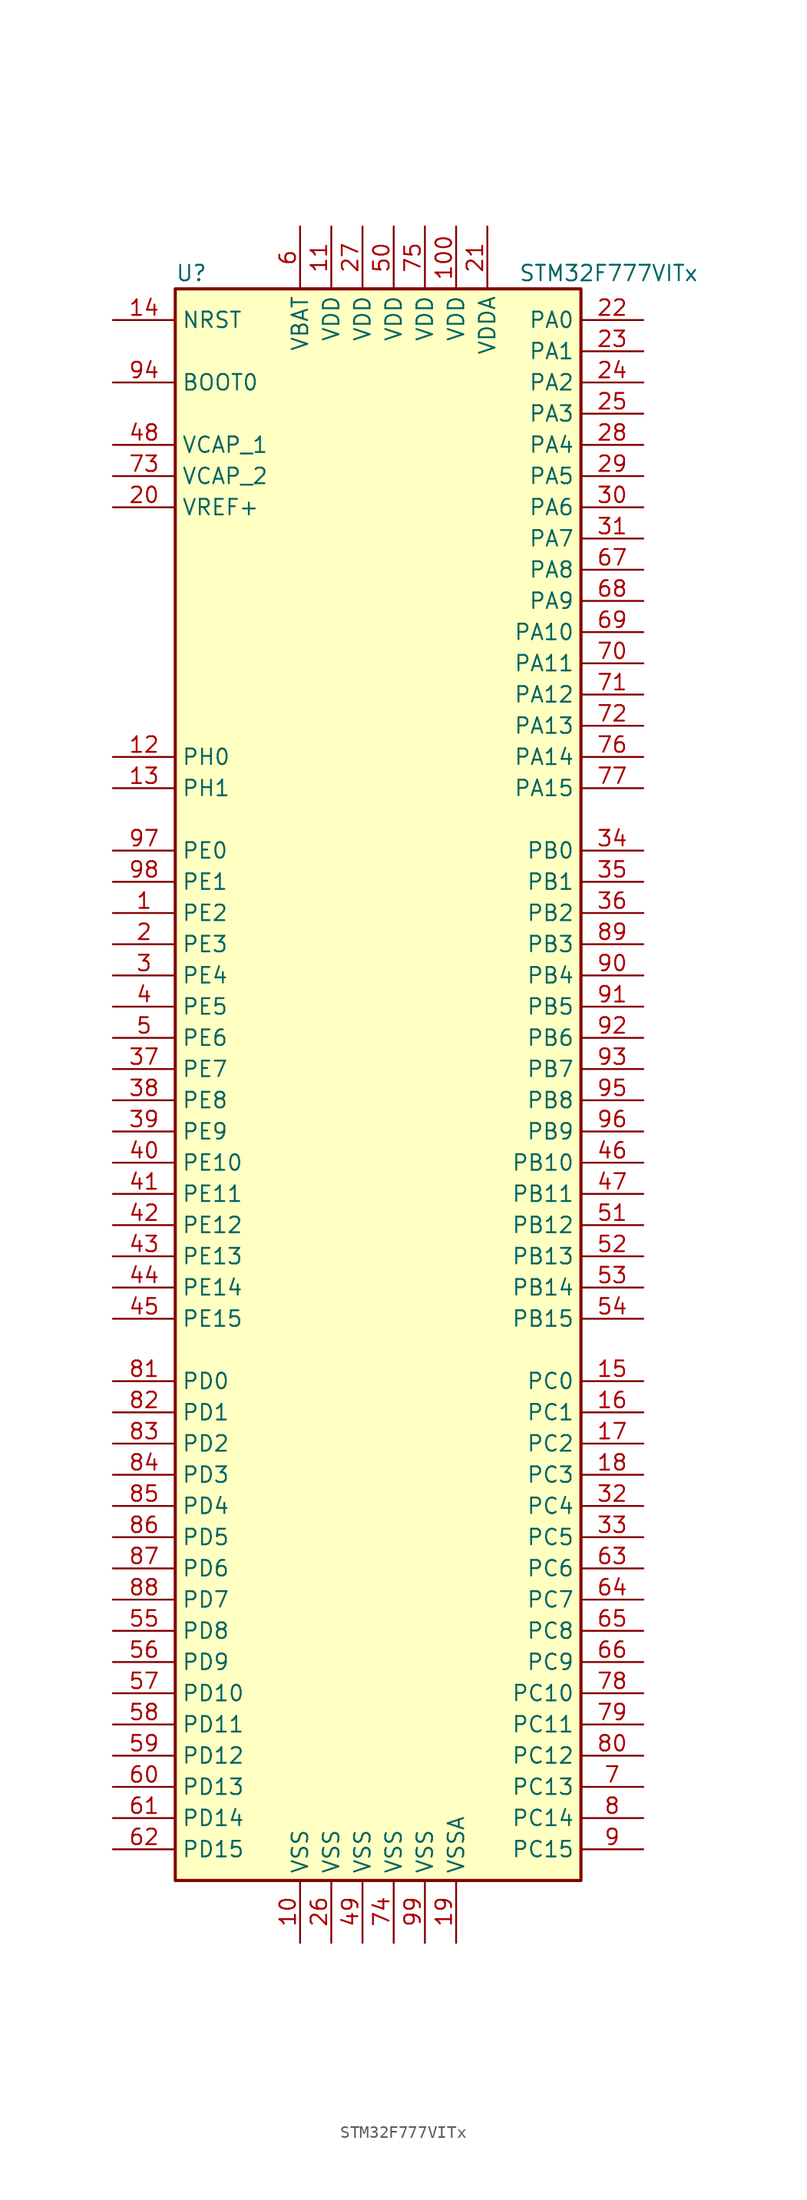
<source format=kicad_sym>
(kicad_symbol_lib
  (version 20201005)
  (generator kicad_symbol_editor)
  (symbol "STM32F777VITx"
    (property "Reference" "U"
      (at -17.78 64.77 0)
      (effects (font (size 1.27 1.27)) (justify left)))
    (property "Value" "STM32F777VITx"
      (at 10.16 64.77 0)
      (effects (font (size 1.27 1.27)) (justify left)))
    (symbol "STM32F777VITx_0_1"
      (rectangle (start -17.78 -66.04) (end 15.24 63.5) (stroke (width 0.254)) (fill (type background))))
    (symbol "STM32F777VITx_1_1"
      (pin bidirectional line (at -22.86 12.7 0) (length 5.08) (name "PE2" (effects (font (size 1.27 1.27)))) (number "1" (effects (font (size 1.27 1.27)))))
      (pin power_in line (at -7.62 -71.12 90) (length 5.08) (name "VSS" (effects (font (size 1.27 1.27)))) (number "10" (effects (font (size 1.27 1.27)))))
      (pin power_in line (at 5.08 68.58 270) (length 5.08) (name "VDD" (effects (font (size 1.27 1.27)))) (number "100" (effects (font (size 1.27 1.27)))))
      (pin power_in line (at -5.08 68.58 270) (length 5.08) (name "VDD" (effects (font (size 1.27 1.27)))) (number "11" (effects (font (size 1.27 1.27)))))
      (pin input line (at -22.86 25.4 0) (length 5.08) (name "PH0" (effects (font (size 1.27 1.27)))) (number "12" (effects (font (size 1.27 1.27)))))
      (pin input line (at -22.86 22.86 0) (length 5.08) (name "PH1" (effects (font (size 1.27 1.27)))) (number "13" (effects (font (size 1.27 1.27)))))
      (pin input line (at -22.86 60.96 0) (length 5.08) (name "NRST" (effects (font (size 1.27 1.27)))) (number "14" (effects (font (size 1.27 1.27)))))
      (pin bidirectional line (at 20.32 -25.4 180) (length 5.08) (name "PC0" (effects (font (size 1.27 1.27)))) (number "15" (effects (font (size 1.27 1.27)))))
      (pin bidirectional line (at 20.32 -27.94 180) (length 5.08) (name "PC1" (effects (font (size 1.27 1.27)))) (number "16" (effects (font (size 1.27 1.27)))))
      (pin bidirectional line (at 20.32 -30.48 180) (length 5.08) (name "PC2" (effects (font (size 1.27 1.27)))) (number "17" (effects (font (size 1.27 1.27)))))
      (pin bidirectional line (at 20.32 -33.02 180) (length 5.08) (name "PC3" (effects (font (size 1.27 1.27)))) (number "18" (effects (font (size 1.27 1.27)))))
      (pin power_in line (at 5.08 -71.12 90) (length 5.08) (name "VSSA" (effects (font (size 1.27 1.27)))) (number "19" (effects (font (size 1.27 1.27)))))
      (pin bidirectional line (at -22.86 10.16 0) (length 5.08) (name "PE3" (effects (font (size 1.27 1.27)))) (number "2" (effects (font (size 1.27 1.27)))))
      (pin power_in line (at -22.86 45.72 0) (length 5.08) (name "VREF+" (effects (font (size 1.27 1.27)))) (number "20" (effects (font (size 1.27 1.27)))))
      (pin power_in line (at 7.62 68.58 270) (length 5.08) (name "VDDA" (effects (font (size 1.27 1.27)))) (number "21" (effects (font (size 1.27 1.27)))))
      (pin bidirectional line (at 20.32 60.96 180) (length 5.08) (name "PA0" (effects (font (size 1.27 1.27)))) (number "22" (effects (font (size 1.27 1.27)))))
      (pin bidirectional line (at 20.32 58.42 180) (length 5.08) (name "PA1" (effects (font (size 1.27 1.27)))) (number "23" (effects (font (size 1.27 1.27)))))
      (pin bidirectional line (at 20.32 55.88 180) (length 5.08) (name "PA2" (effects (font (size 1.27 1.27)))) (number "24" (effects (font (size 1.27 1.27)))))
      (pin bidirectional line (at 20.32 53.34 180) (length 5.08) (name "PA3" (effects (font (size 1.27 1.27)))) (number "25" (effects (font (size 1.27 1.27)))))
      (pin power_in line (at -5.08 -71.12 90) (length 5.08) (name "VSS" (effects (font (size 1.27 1.27)))) (number "26" (effects (font (size 1.27 1.27)))))
      (pin power_in line (at -2.54 68.58 270) (length 5.08) (name "VDD" (effects (font (size 1.27 1.27)))) (number "27" (effects (font (size 1.27 1.27)))))
      (pin bidirectional line (at 20.32 50.8 180) (length 5.08) (name "PA4" (effects (font (size 1.27 1.27)))) (number "28" (effects (font (size 1.27 1.27)))))
      (pin bidirectional line (at 20.32 48.26 180) (length 5.08) (name "PA5" (effects (font (size 1.27 1.27)))) (number "29" (effects (font (size 1.27 1.27)))))
      (pin bidirectional line (at -22.86 7.62 0) (length 5.08) (name "PE4" (effects (font (size 1.27 1.27)))) (number "3" (effects (font (size 1.27 1.27)))))
      (pin bidirectional line (at 20.32 45.72 180) (length 5.08) (name "PA6" (effects (font (size 1.27 1.27)))) (number "30" (effects (font (size 1.27 1.27)))))
      (pin bidirectional line (at 20.32 43.18 180) (length 5.08) (name "PA7" (effects (font (size 1.27 1.27)))) (number "31" (effects (font (size 1.27 1.27)))))
      (pin bidirectional line (at 20.32 -35.56 180) (length 5.08) (name "PC4" (effects (font (size 1.27 1.27)))) (number "32" (effects (font (size 1.27 1.27)))))
      (pin bidirectional line (at 20.32 -38.1 180) (length 5.08) (name "PC5" (effects (font (size 1.27 1.27)))) (number "33" (effects (font (size 1.27 1.27)))))
      (pin bidirectional line (at 20.32 17.78 180) (length 5.08) (name "PB0" (effects (font (size 1.27 1.27)))) (number "34" (effects (font (size 1.27 1.27)))))
      (pin bidirectional line (at 20.32 15.24 180) (length 5.08) (name "PB1" (effects (font (size 1.27 1.27)))) (number "35" (effects (font (size 1.27 1.27)))))
      (pin bidirectional line (at 20.32 12.7 180) (length 5.08) (name "PB2" (effects (font (size 1.27 1.27)))) (number "36" (effects (font (size 1.27 1.27)))))
      (pin bidirectional line (at -22.86 0 0) (length 5.08) (name "PE7" (effects (font (size 1.27 1.27)))) (number "37" (effects (font (size 1.27 1.27)))))
      (pin bidirectional line (at -22.86 -2.54 0) (length 5.08) (name "PE8" (effects (font (size 1.27 1.27)))) (number "38" (effects (font (size 1.27 1.27)))))
      (pin bidirectional line (at -22.86 -5.08 0) (length 5.08) (name "PE9" (effects (font (size 1.27 1.27)))) (number "39" (effects (font (size 1.27 1.27)))))
      (pin bidirectional line (at -22.86 5.08 0) (length 5.08) (name "PE5" (effects (font (size 1.27 1.27)))) (number "4" (effects (font (size 1.27 1.27)))))
      (pin bidirectional line (at -22.86 -7.62 0) (length 5.08) (name "PE10" (effects (font (size 1.27 1.27)))) (number "40" (effects (font (size 1.27 1.27)))))
      (pin bidirectional line (at -22.86 -10.16 0) (length 5.08) (name "PE11" (effects (font (size 1.27 1.27)))) (number "41" (effects (font (size 1.27 1.27)))))
      (pin bidirectional line (at -22.86 -12.7 0) (length 5.08) (name "PE12" (effects (font (size 1.27 1.27)))) (number "42" (effects (font (size 1.27 1.27)))))
      (pin bidirectional line (at -22.86 -15.24 0) (length 5.08) (name "PE13" (effects (font (size 1.27 1.27)))) (number "43" (effects (font (size 1.27 1.27)))))
      (pin bidirectional line (at -22.86 -17.78 0) (length 5.08) (name "PE14" (effects (font (size 1.27 1.27)))) (number "44" (effects (font (size 1.27 1.27)))))
      (pin bidirectional line (at -22.86 -20.32 0) (length 5.08) (name "PE15" (effects (font (size 1.27 1.27)))) (number "45" (effects (font (size 1.27 1.27)))))
      (pin bidirectional line (at 20.32 -7.62 180) (length 5.08) (name "PB10" (effects (font (size 1.27 1.27)))) (number "46" (effects (font (size 1.27 1.27)))))
      (pin bidirectional line (at 20.32 -10.16 180) (length 5.08) (name "PB11" (effects (font (size 1.27 1.27)))) (number "47" (effects (font (size 1.27 1.27)))))
      (pin power_in line (at -22.86 50.8 0) (length 5.08) (name "VCAP_1" (effects (font (size 1.27 1.27)))) (number "48" (effects (font (size 1.27 1.27)))))
      (pin power_in line (at -2.54 -71.12 90) (length 5.08) (name "VSS" (effects (font (size 1.27 1.27)))) (number "49" (effects (font (size 1.27 1.27)))))
      (pin bidirectional line (at -22.86 2.54 0) (length 5.08) (name "PE6" (effects (font (size 1.27 1.27)))) (number "5" (effects (font (size 1.27 1.27)))))
      (pin power_in line (at 0 68.58 270) (length 5.08) (name "VDD" (effects (font (size 1.27 1.27)))) (number "50" (effects (font (size 1.27 1.27)))))
      (pin bidirectional line (at 20.32 -12.7 180) (length 5.08) (name "PB12" (effects (font (size 1.27 1.27)))) (number "51" (effects (font (size 1.27 1.27)))))
      (pin bidirectional line (at 20.32 -15.24 180) (length 5.08) (name "PB13" (effects (font (size 1.27 1.27)))) (number "52" (effects (font (size 1.27 1.27)))))
      (pin bidirectional line (at 20.32 -17.78 180) (length 5.08) (name "PB14" (effects (font (size 1.27 1.27)))) (number "53" (effects (font (size 1.27 1.27)))))
      (pin bidirectional line (at 20.32 -20.32 180) (length 5.08) (name "PB15" (effects (font (size 1.27 1.27)))) (number "54" (effects (font (size 1.27 1.27)))))
      (pin bidirectional line (at -22.86 -45.72 0) (length 5.08) (name "PD8" (effects (font (size 1.27 1.27)))) (number "55" (effects (font (size 1.27 1.27)))))
      (pin bidirectional line (at -22.86 -48.26 0) (length 5.08) (name "PD9" (effects (font (size 1.27 1.27)))) (number "56" (effects (font (size 1.27 1.27)))))
      (pin bidirectional line (at -22.86 -50.8 0) (length 5.08) (name "PD10" (effects (font (size 1.27 1.27)))) (number "57" (effects (font (size 1.27 1.27)))))
      (pin bidirectional line (at -22.86 -53.34 0) (length 5.08) (name "PD11" (effects (font (size 1.27 1.27)))) (number "58" (effects (font (size 1.27 1.27)))))
      (pin bidirectional line (at -22.86 -55.88 0) (length 5.08) (name "PD12" (effects (font (size 1.27 1.27)))) (number "59" (effects (font (size 1.27 1.27)))))
      (pin power_in line (at -7.62 68.58 270) (length 5.08) (name "VBAT" (effects (font (size 1.27 1.27)))) (number "6" (effects (font (size 1.27 1.27)))))
      (pin bidirectional line (at -22.86 -58.42 0) (length 5.08) (name "PD13" (effects (font (size 1.27 1.27)))) (number "60" (effects (font (size 1.27 1.27)))))
      (pin bidirectional line (at -22.86 -60.96 0) (length 5.08) (name "PD14" (effects (font (size 1.27 1.27)))) (number "61" (effects (font (size 1.27 1.27)))))
      (pin bidirectional line (at -22.86 -63.5 0) (length 5.08) (name "PD15" (effects (font (size 1.27 1.27)))) (number "62" (effects (font (size 1.27 1.27)))))
      (pin bidirectional line (at 20.32 -40.64 180) (length 5.08) (name "PC6" (effects (font (size 1.27 1.27)))) (number "63" (effects (font (size 1.27 1.27)))))
      (pin bidirectional line (at 20.32 -43.18 180) (length 5.08) (name "PC7" (effects (font (size 1.27 1.27)))) (number "64" (effects (font (size 1.27 1.27)))))
      (pin bidirectional line (at 20.32 -45.72 180) (length 5.08) (name "PC8" (effects (font (size 1.27 1.27)))) (number "65" (effects (font (size 1.27 1.27)))))
      (pin bidirectional line (at 20.32 -48.26 180) (length 5.08) (name "PC9" (effects (font (size 1.27 1.27)))) (number "66" (effects (font (size 1.27 1.27)))))
      (pin bidirectional line (at 20.32 40.64 180) (length 5.08) (name "PA8" (effects (font (size 1.27 1.27)))) (number "67" (effects (font (size 1.27 1.27)))))
      (pin bidirectional line (at 20.32 38.1 180) (length 5.08) (name "PA9" (effects (font (size 1.27 1.27)))) (number "68" (effects (font (size 1.27 1.27)))))
      (pin bidirectional line (at 20.32 35.56 180) (length 5.08) (name "PA10" (effects (font (size 1.27 1.27)))) (number "69" (effects (font (size 1.27 1.27)))))
      (pin bidirectional line (at 20.32 -58.42 180) (length 5.08) (name "PC13" (effects (font (size 1.27 1.27)))) (number "7" (effects (font (size 1.27 1.27)))))
      (pin bidirectional line (at 20.32 33.02 180) (length 5.08) (name "PA11" (effects (font (size 1.27 1.27)))) (number "70" (effects (font (size 1.27 1.27)))))
      (pin bidirectional line (at 20.32 30.48 180) (length 5.08) (name "PA12" (effects (font (size 1.27 1.27)))) (number "71" (effects (font (size 1.27 1.27)))))
      (pin bidirectional line (at 20.32 27.94 180) (length 5.08) (name "PA13" (effects (font (size 1.27 1.27)))) (number "72" (effects (font (size 1.27 1.27)))))
      (pin power_in line (at -22.86 48.26 0) (length 5.08) (name "VCAP_2" (effects (font (size 1.27 1.27)))) (number "73" (effects (font (size 1.27 1.27)))))
      (pin power_in line (at 0 -71.12 90) (length 5.08) (name "VSS" (effects (font (size 1.27 1.27)))) (number "74" (effects (font (size 1.27 1.27)))))
      (pin power_in line (at 2.54 68.58 270) (length 5.08) (name "VDD" (effects (font (size 1.27 1.27)))) (number "75" (effects (font (size 1.27 1.27)))))
      (pin bidirectional line (at 20.32 25.4 180) (length 5.08) (name "PA14" (effects (font (size 1.27 1.27)))) (number "76" (effects (font (size 1.27 1.27)))))
      (pin bidirectional line (at 20.32 22.86 180) (length 5.08) (name "PA15" (effects (font (size 1.27 1.27)))) (number "77" (effects (font (size 1.27 1.27)))))
      (pin bidirectional line (at 20.32 -50.8 180) (length 5.08) (name "PC10" (effects (font (size 1.27 1.27)))) (number "78" (effects (font (size 1.27 1.27)))))
      (pin bidirectional line (at 20.32 -53.34 180) (length 5.08) (name "PC11" (effects (font (size 1.27 1.27)))) (number "79" (effects (font (size 1.27 1.27)))))
      (pin bidirectional line (at 20.32 -60.96 180) (length 5.08) (name "PC14" (effects (font (size 1.27 1.27)))) (number "8" (effects (font (size 1.27 1.27)))))
      (pin bidirectional line (at 20.32 -55.88 180) (length 5.08) (name "PC12" (effects (font (size 1.27 1.27)))) (number "80" (effects (font (size 1.27 1.27)))))
      (pin bidirectional line (at -22.86 -25.4 0) (length 5.08) (name "PD0" (effects (font (size 1.27 1.27)))) (number "81" (effects (font (size 1.27 1.27)))))
      (pin bidirectional line (at -22.86 -27.94 0) (length 5.08) (name "PD1" (effects (font (size 1.27 1.27)))) (number "82" (effects (font (size 1.27 1.27)))))
      (pin bidirectional line (at -22.86 -30.48 0) (length 5.08) (name "PD2" (effects (font (size 1.27 1.27)))) (number "83" (effects (font (size 1.27 1.27)))))
      (pin bidirectional line (at -22.86 -33.02 0) (length 5.08) (name "PD3" (effects (font (size 1.27 1.27)))) (number "84" (effects (font (size 1.27 1.27)))))
      (pin bidirectional line (at -22.86 -35.56 0) (length 5.08) (name "PD4" (effects (font (size 1.27 1.27)))) (number "85" (effects (font (size 1.27 1.27)))))
      (pin bidirectional line (at -22.86 -38.1 0) (length 5.08) (name "PD5" (effects (font (size 1.27 1.27)))) (number "86" (effects (font (size 1.27 1.27)))))
      (pin bidirectional line (at -22.86 -40.64 0) (length 5.08) (name "PD6" (effects (font (size 1.27 1.27)))) (number "87" (effects (font (size 1.27 1.27)))))
      (pin bidirectional line (at -22.86 -43.18 0) (length 5.08) (name "PD7" (effects (font (size 1.27 1.27)))) (number "88" (effects (font (size 1.27 1.27)))))
      (pin bidirectional line (at 20.32 10.16 180) (length 5.08) (name "PB3" (effects (font (size 1.27 1.27)))) (number "89" (effects (font (size 1.27 1.27)))))
      (pin bidirectional line (at 20.32 -63.5 180) (length 5.08) (name "PC15" (effects (font (size 1.27 1.27)))) (number "9" (effects (font (size 1.27 1.27)))))
      (pin bidirectional line (at 20.32 7.62 180) (length 5.08) (name "PB4" (effects (font (size 1.27 1.27)))) (number "90" (effects (font (size 1.27 1.27)))))
      (pin bidirectional line (at 20.32 5.08 180) (length 5.08) (name "PB5" (effects (font (size 1.27 1.27)))) (number "91" (effects (font (size 1.27 1.27)))))
      (pin bidirectional line (at 20.32 2.54 180) (length 5.08) (name "PB6" (effects (font (size 1.27 1.27)))) (number "92" (effects (font (size 1.27 1.27)))))
      (pin bidirectional line (at 20.32 0 180) (length 5.08) (name "PB7" (effects (font (size 1.27 1.27)))) (number "93" (effects (font (size 1.27 1.27)))))
      (pin input line (at -22.86 55.88 0) (length 5.08) (name "BOOT0" (effects (font (size 1.27 1.27)))) (number "94" (effects (font (size 1.27 1.27)))))
      (pin bidirectional line (at 20.32 -2.54 180) (length 5.08) (name "PB8" (effects (font (size 1.27 1.27)))) (number "95" (effects (font (size 1.27 1.27)))))
      (pin bidirectional line (at 20.32 -5.08 180) (length 5.08) (name "PB9" (effects (font (size 1.27 1.27)))) (number "96" (effects (font (size 1.27 1.27)))))
      (pin bidirectional line (at -22.86 17.78 0) (length 5.08) (name "PE0" (effects (font (size 1.27 1.27)))) (number "97" (effects (font (size 1.27 1.27)))))
      (pin bidirectional line (at -22.86 15.24 0) (length 5.08) (name "PE1" (effects (font (size 1.27 1.27)))) (number "98" (effects (font (size 1.27 1.27)))))
      (pin power_in line (at 2.54 -71.12 90) (length 5.08) (name "VSS" (effects (font (size 1.27 1.27)))) (number "99" (effects (font (size 1.27 1.27))))))))
</source>
